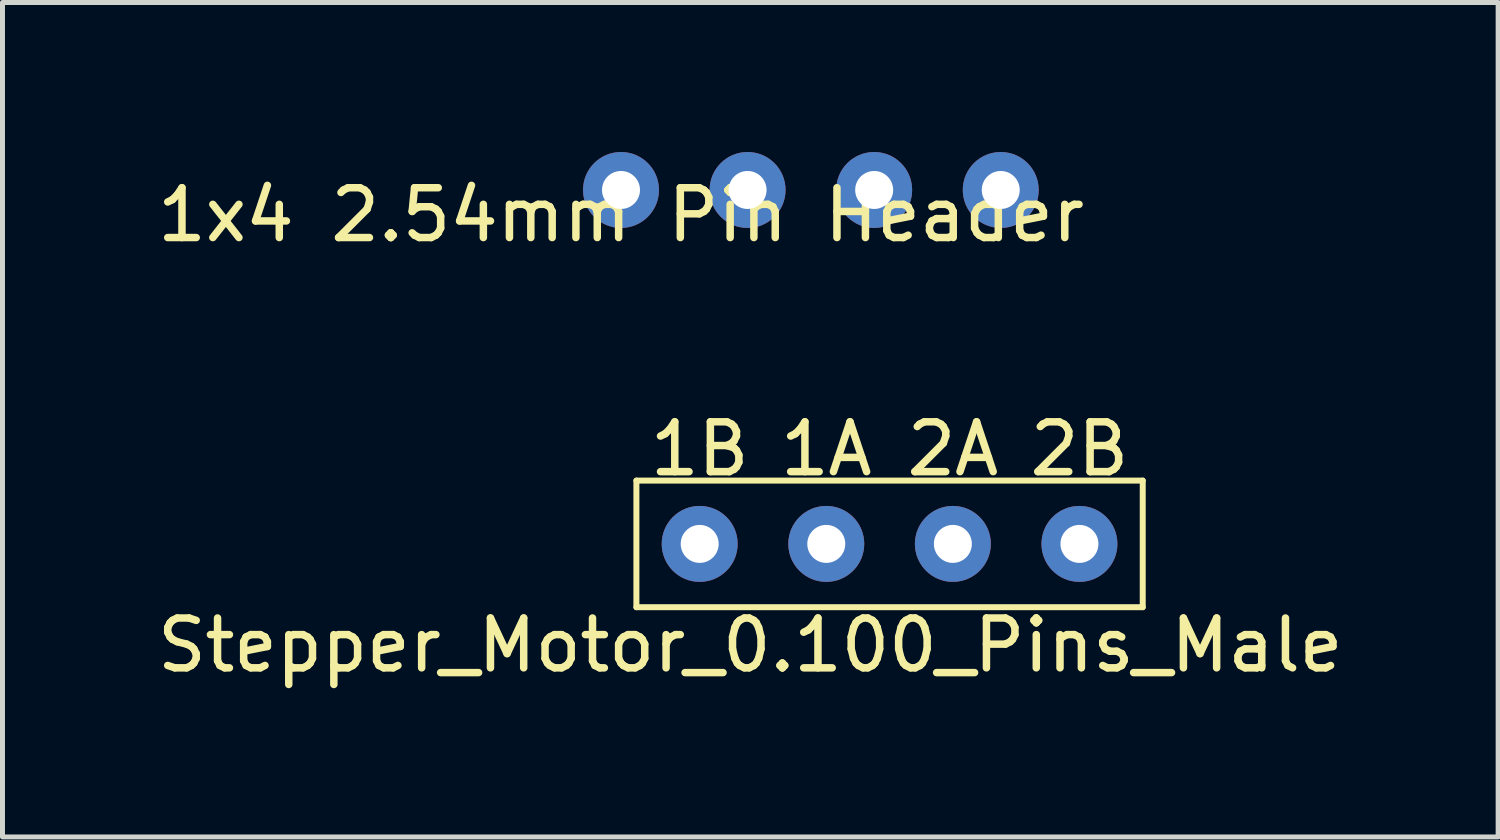
<source format=kicad_pcb>
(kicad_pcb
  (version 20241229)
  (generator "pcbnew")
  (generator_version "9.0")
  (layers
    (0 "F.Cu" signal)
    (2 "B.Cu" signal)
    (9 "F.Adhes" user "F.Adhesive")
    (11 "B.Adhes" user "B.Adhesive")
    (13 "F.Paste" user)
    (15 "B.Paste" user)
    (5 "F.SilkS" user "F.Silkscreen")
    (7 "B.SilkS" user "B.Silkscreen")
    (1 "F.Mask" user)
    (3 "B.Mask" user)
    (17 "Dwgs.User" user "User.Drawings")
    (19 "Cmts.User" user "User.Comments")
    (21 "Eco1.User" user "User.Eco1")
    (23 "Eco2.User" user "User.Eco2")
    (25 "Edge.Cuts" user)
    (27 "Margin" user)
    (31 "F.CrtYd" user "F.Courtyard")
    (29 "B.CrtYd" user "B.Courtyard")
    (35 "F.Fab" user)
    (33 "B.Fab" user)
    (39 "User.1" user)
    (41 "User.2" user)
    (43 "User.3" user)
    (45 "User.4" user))
  (footprint "Stepper_Motor_0.100_Pins_Male"
    (layer "F.Cu")
    (at 10.99 7.864)
    (property "Reference" "Stepper_Motor_0.100_Pins_Male" (at 1.016 2.032 0) (layer "F.SilkS") (effects (font (size 1 1) (thickness 0.15))))
    (attr through_hole)
    (fp_line (start -1.27 -1.27) (end -1.27 1.27) (stroke (width 0.12) (type solid)) (layer "F.SilkS"))
    (fp_line (start -1.27 1.27) (end 8.89 1.27) (stroke (width 0.12) (type solid)) (layer "F.SilkS"))
    (fp_line (start 8.89 -1.27) (end -1.27 -1.27) (stroke (width 0.12) (type solid)) (layer "F.SilkS"))
    (fp_line (start 8.89 1.27) (end 8.89 -1.27) (stroke (width 0.12) (type solid)) (layer "F.SilkS"))
    (fp_text user "1A" (at 2.54 -1.905 0) (layer "F.SilkS") (effects (font (size 1 1) (thickness 0.15))))
    (fp_text user "2A" (at 5.08 -1.905 0) (layer "F.SilkS") (effects (font (size 1 1) (thickness 0.15))))
    (fp_text user "2B" (at 7.62 -1.905 0) (layer "F.SilkS") (effects (font (size 1 1) (thickness 0.15))))
    (fp_text user "1B" (at 0 -1.905 0) (layer "F.SilkS") (effects (font (size 1 1) (thickness 0.15))))
    (pad "1" thru_hole circle (at 0 0) (size 1.524 1.524) (drill 0.762) (layers "*.Cu" "*.Mask"))
    (pad "2" thru_hole circle (at 2.54 0) (size 1.524 1.524) (drill 0.762) (layers "*.Cu" "*.Mask"))
    (pad "3" thru_hole circle (at 5.08 0) (size 1.524 1.524) (drill 0.762) (layers "*.Cu" "*.Mask"))
    (pad "4" thru_hole circle (at 7.62 0) (size 1.524 1.524) (drill 0.762) (layers "*.Cu" "*.Mask")))
  (footprint "1x4 2.54mm Pin Header"
    (layer "F.Cu")
    (at 9.411 0.762)
    (property "Reference" "1x4 2.54mm Pin Header" (at 0 0.5 0) (layer "F.SilkS") (effects (font (size 1 1) (thickness 0.15))))
    (attr through_hole)
    (pad "1" thru_hole circle (at 0 0) (size 1.524 1.524) (drill 0.762) (layers "*.Cu" "*.Mask"))
    (pad "2" thru_hole circle (at 2.54 0) (size 1.524 1.524) (drill 0.762) (layers "*.Cu" "*.Mask"))
    (pad "3" thru_hole circle (at 5.08 0) (size 1.524 1.524) (drill 0.762) (layers "*.Cu" "*.Mask"))
    (pad "4" thru_hole circle (at 7.62 0) (size 1.524 1.524) (drill 0.762) (layers "*.Cu" "*.Mask")))
  (gr_rect
    (start -3 -3)
    (end 27.012 13.744)
    (stroke (width 0.1) (type default))
    (fill no)
    (layer "Edge.Cuts")))
</source>
